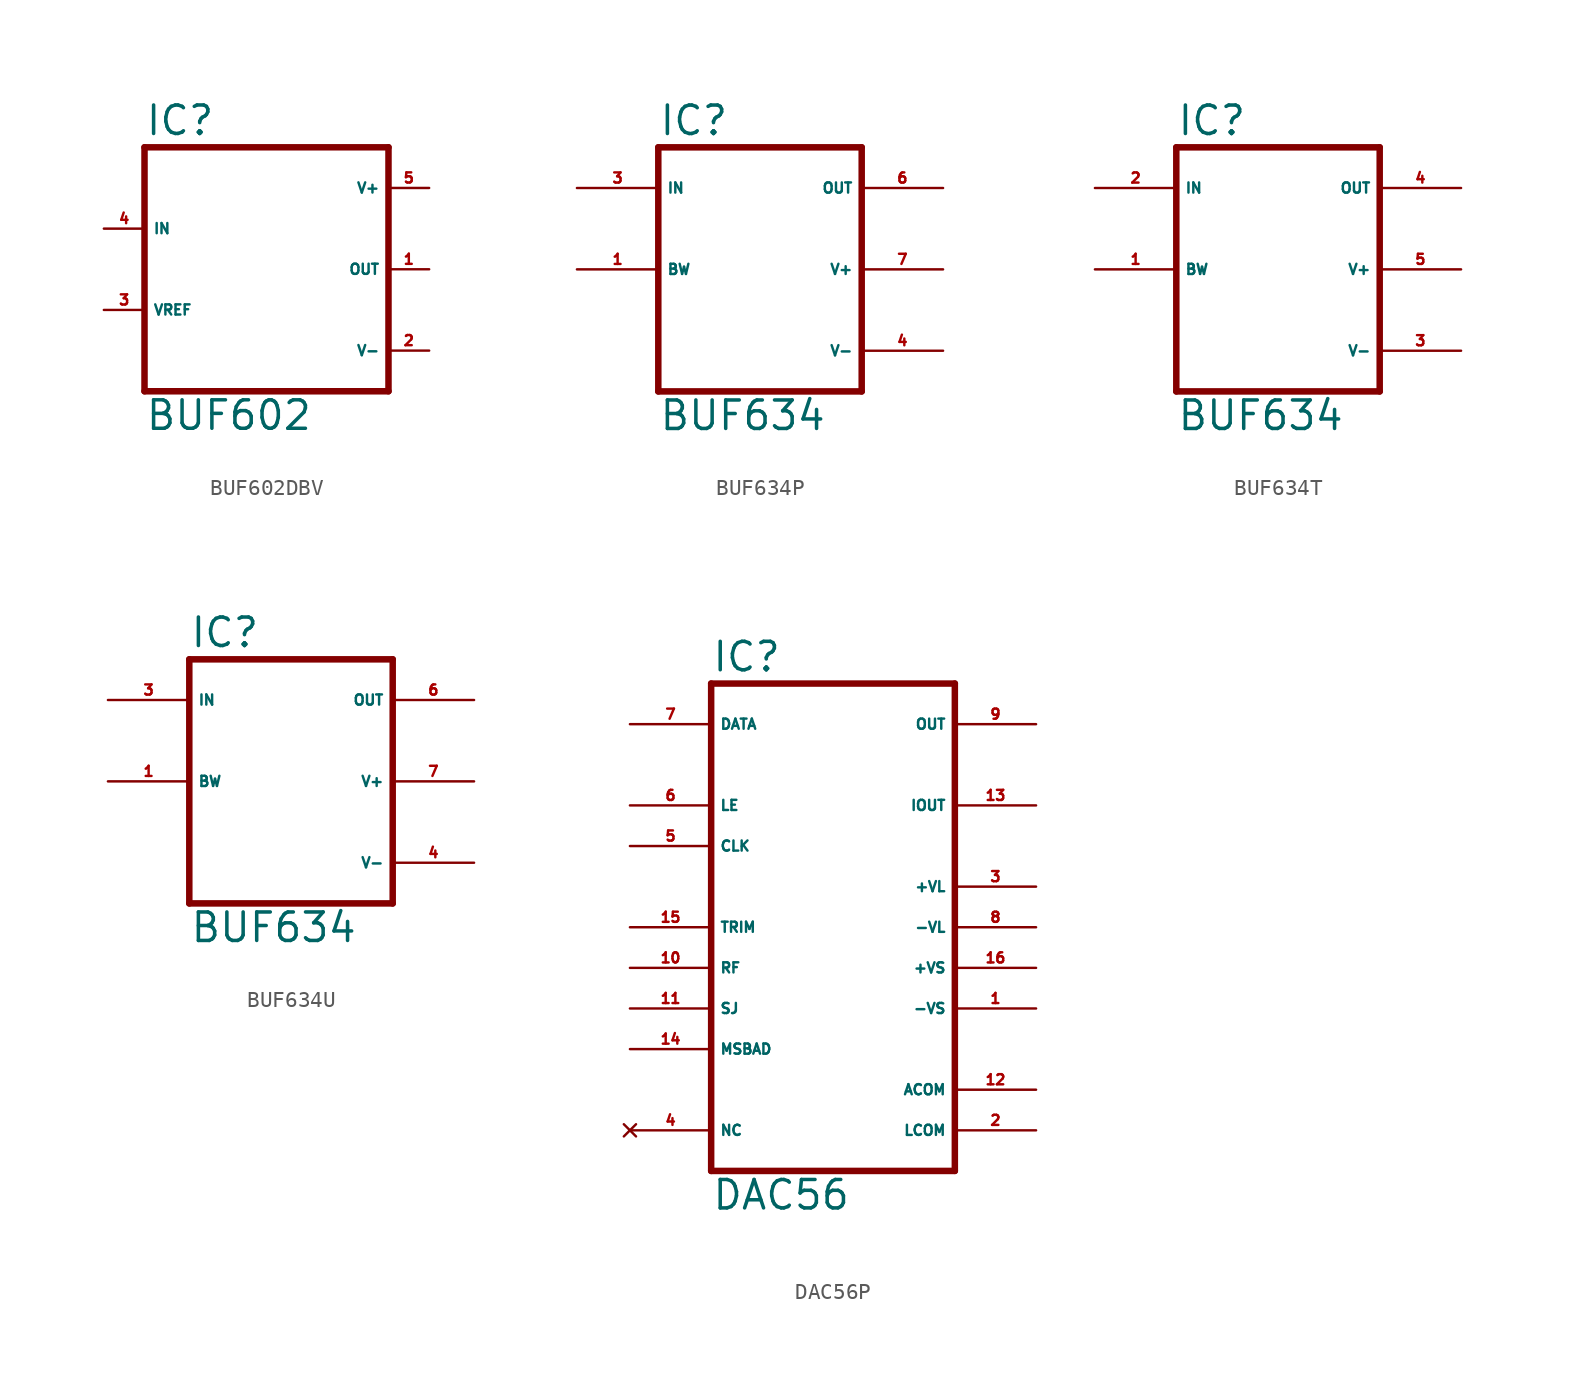
<source format=kicad_sym>
(kicad_symbol_lib
  (version 20220914)
  (generator Eagle2Kicad)
  (symbol "BUF602DBV"
    (property "Reference" "IC"
      (at -7.62 8.255 0)
      (effects (font (size 1.778 1.778) (thickness 0.22)) (justify left bottom)))
    (property "Value" "BUF602"
      (at -7.62 -10.16 0)
      (effects (font (size 1.778 1.778) (thickness 0.22)) (justify left bottom)))
    (polyline
      (pts (xy 7.62 -7.62) (xy -7.62 -7.62))
      (stroke (width 0.406) (type default))
      (fill (type none)))
    (polyline
      (pts (xy -7.62 -7.62) (xy -7.62 7.62))
      (stroke (width 0.406) (type default))
      (fill (type none)))
    (polyline
      (pts (xy -7.62 7.62) (xy 7.62 7.62))
      (stroke (width 0.406) (type default))
      (fill (type none)))
    (polyline
      (pts (xy 7.62 7.62) (xy 7.62 -7.62))
      (stroke (width 0.406) (type default))
      (fill (type none)))
    (pin passive line
      (at -10.16 -2.54 0)
      (length 2.54)
      (name "VREF" (effects (font (size 0.635 0.635) (thickness 0.08)) (justify left bottom)))
      (number "3" (effects (font (size 0.635 0.635) (thickness 0.08)) (justify left bottom))))
    (pin input line
      (at -10.16 2.54 0)
      (length 2.54)
      (name "IN" (effects (font (size 0.635 0.635) (thickness 0.08)) (justify left bottom)))
      (number "4" (effects (font (size 0.635 0.635) (thickness 0.08)) (justify left bottom))))
    (pin output line
      (at 10.16 0 180)
      (length 2.54)
      (name "OUT" (effects (font (size 0.635 0.635) (thickness 0.08)) (justify left bottom)))
      (number "1" (effects (font (size 0.635 0.635) (thickness 0.08)) (justify left bottom))))
    (pin unspecified line
      (at 10.16 5.08 180)
      (length 2.54)
      (name "V+" (effects (font (size 0.635 0.635) (thickness 0.08)) (justify left bottom)))
      (number "5" (effects (font (size 0.635 0.635) (thickness 0.08)) (justify left bottom))))
    (pin unspecified line
      (at 10.16 -5.08 180)
      (length 2.54)
      (name "V-" (effects (font (size 0.635 0.635) (thickness 0.08)) (justify left bottom)))
      (number "2" (effects (font (size 0.635 0.635) (thickness 0.08)) (justify left bottom)))))
  (symbol "BUF634P"
    (property "Reference" "IC"
      (at -5.08 8.255 0)
      (effects (font (size 1.778 1.778) (thickness 0.22)) (justify left bottom)))
    (property "Value" "BUF634"
      (at -5.08 -10.16 0)
      (effects (font (size 1.778 1.778) (thickness 0.22)) (justify left bottom)))
    (polyline
      (pts (xy 7.62 -7.62) (xy -5.08 -7.62))
      (stroke (width 0.406) (type default))
      (fill (type none)))
    (polyline
      (pts (xy -5.08 -7.62) (xy -5.08 7.62))
      (stroke (width 0.406) (type default))
      (fill (type none)))
    (polyline
      (pts (xy -5.08 7.62) (xy 7.62 7.62))
      (stroke (width 0.406) (type default))
      (fill (type none)))
    (polyline
      (pts (xy 7.62 7.62) (xy 7.62 -7.62))
      (stroke (width 0.406) (type default))
      (fill (type none)))
    (pin passive line
      (at -10.16 0 0)
      (length 5.08)
      (name "BW" (effects (font (size 0.635 0.635) (thickness 0.08)) (justify left bottom)))
      (number "1" (effects (font (size 0.635 0.635) (thickness 0.08)) (justify left bottom))))
    (pin input line
      (at -10.16 5.08 0)
      (length 5.08)
      (name "IN" (effects (font (size 0.635 0.635) (thickness 0.08)) (justify left bottom)))
      (number "3" (effects (font (size 0.635 0.635) (thickness 0.08)) (justify left bottom))))
    (pin output line
      (at 12.7 5.08 180)
      (length 5.08)
      (name "OUT" (effects (font (size 0.635 0.635) (thickness 0.08)) (justify left bottom)))
      (number "6" (effects (font (size 0.635 0.635) (thickness 0.08)) (justify left bottom))))
    (pin unspecified line
      (at 12.7 0 180)
      (length 5.08)
      (name "V+" (effects (font (size 0.635 0.635) (thickness 0.08)) (justify left bottom)))
      (number "7" (effects (font (size 0.635 0.635) (thickness 0.08)) (justify left bottom))))
    (pin unspecified line
      (at 12.7 -5.08 180)
      (length 5.08)
      (name "V-" (effects (font (size 0.635 0.635) (thickness 0.08)) (justify left bottom)))
      (number "4" (effects (font (size 0.635 0.635) (thickness 0.08)) (justify left bottom)))))
  (symbol "BUF634T"
    (property "Reference" "IC"
      (at -5.08 8.255 0)
      (effects (font (size 1.778 1.778) (thickness 0.22)) (justify left bottom)))
    (property "Value" "BUF634"
      (at -5.08 -10.16 0)
      (effects (font (size 1.778 1.778) (thickness 0.22)) (justify left bottom)))
    (polyline
      (pts (xy 7.62 -7.62) (xy -5.08 -7.62))
      (stroke (width 0.406) (type default))
      (fill (type none)))
    (polyline
      (pts (xy -5.08 -7.62) (xy -5.08 7.62))
      (stroke (width 0.406) (type default))
      (fill (type none)))
    (polyline
      (pts (xy -5.08 7.62) (xy 7.62 7.62))
      (stroke (width 0.406) (type default))
      (fill (type none)))
    (polyline
      (pts (xy 7.62 7.62) (xy 7.62 -7.62))
      (stroke (width 0.406) (type default))
      (fill (type none)))
    (pin passive line
      (at -10.16 0 0)
      (length 5.08)
      (name "BW" (effects (font (size 0.635 0.635) (thickness 0.08)) (justify left bottom)))
      (number "1" (effects (font (size 0.635 0.635) (thickness 0.08)) (justify left bottom))))
    (pin input line
      (at -10.16 5.08 0)
      (length 5.08)
      (name "IN" (effects (font (size 0.635 0.635) (thickness 0.08)) (justify left bottom)))
      (number "2" (effects (font (size 0.635 0.635) (thickness 0.08)) (justify left bottom))))
    (pin output line
      (at 12.7 5.08 180)
      (length 5.08)
      (name "OUT" (effects (font (size 0.635 0.635) (thickness 0.08)) (justify left bottom)))
      (number "4" (effects (font (size 0.635 0.635) (thickness 0.08)) (justify left bottom))))
    (pin unspecified line
      (at 12.7 0 180)
      (length 5.08)
      (name "V+" (effects (font (size 0.635 0.635) (thickness 0.08)) (justify left bottom)))
      (number "5" (effects (font (size 0.635 0.635) (thickness 0.08)) (justify left bottom))))
    (pin unspecified line
      (at 12.7 -5.08 180)
      (length 5.08)
      (name "V-" (effects (font (size 0.635 0.635) (thickness 0.08)) (justify left bottom)))
      (number "3" (effects (font (size 0.635 0.635) (thickness 0.08)) (justify left bottom)))))
  (symbol "BUF634U"
    (property "Reference" "IC"
      (at -5.08 8.255 0)
      (effects (font (size 1.778 1.778) (thickness 0.22)) (justify left bottom)))
    (property "Value" "BUF634"
      (at -5.08 -10.16 0)
      (effects (font (size 1.778 1.778) (thickness 0.22)) (justify left bottom)))
    (polyline
      (pts (xy 7.62 -7.62) (xy -5.08 -7.62))
      (stroke (width 0.406) (type default))
      (fill (type none)))
    (polyline
      (pts (xy -5.08 -7.62) (xy -5.08 7.62))
      (stroke (width 0.406) (type default))
      (fill (type none)))
    (polyline
      (pts (xy -5.08 7.62) (xy 7.62 7.62))
      (stroke (width 0.406) (type default))
      (fill (type none)))
    (polyline
      (pts (xy 7.62 7.62) (xy 7.62 -7.62))
      (stroke (width 0.406) (type default))
      (fill (type none)))
    (pin passive line
      (at -10.16 0 0)
      (length 5.08)
      (name "BW" (effects (font (size 0.635 0.635) (thickness 0.08)) (justify left bottom)))
      (number "1" (effects (font (size 0.635 0.635) (thickness 0.08)) (justify left bottom))))
    (pin input line
      (at -10.16 5.08 0)
      (length 5.08)
      (name "IN" (effects (font (size 0.635 0.635) (thickness 0.08)) (justify left bottom)))
      (number "3" (effects (font (size 0.635 0.635) (thickness 0.08)) (justify left bottom))))
    (pin output line
      (at 12.7 5.08 180)
      (length 5.08)
      (name "OUT" (effects (font (size 0.635 0.635) (thickness 0.08)) (justify left bottom)))
      (number "6" (effects (font (size 0.635 0.635) (thickness 0.08)) (justify left bottom))))
    (pin unspecified line
      (at 12.7 0 180)
      (length 5.08)
      (name "V+" (effects (font (size 0.635 0.635) (thickness 0.08)) (justify left bottom)))
      (number "7" (effects (font (size 0.635 0.635) (thickness 0.08)) (justify left bottom))))
    (pin unspecified line
      (at 12.7 -5.08 180)
      (length 5.08)
      (name "V-" (effects (font (size 0.635 0.635) (thickness 0.08)) (justify left bottom)))
      (number "4" (effects (font (size 0.635 0.635) (thickness 0.08)) (justify left bottom)))))
  (symbol "DAC56P"
    (property "Reference" "IC"
      (at -7.62 15.875 0)
      (effects (font (size 1.778 1.778) (thickness 0.22)) (justify left bottom)))
    (property "Value" "DAC56"
      (at -7.62 -17.78 0)
      (effects (font (size 1.778 1.778) (thickness 0.22)) (justify left bottom)))
    (polyline
      (pts (xy -7.62 -15.24) (xy 7.62 -15.24))
      (stroke (width 0.406) (type default))
      (fill (type none)))
    (polyline
      (pts (xy 7.62 -15.24) (xy 7.62 15.24))
      (stroke (width 0.406) (type default))
      (fill (type none)))
    (polyline
      (pts (xy 7.62 15.24) (xy -7.62 15.24))
      (stroke (width 0.406) (type default))
      (fill (type none)))
    (polyline
      (pts (xy -7.62 15.24) (xy -7.62 -15.24))
      (stroke (width 0.406) (type default))
      (fill (type none)))
    (pin input line
      (at -12.7 12.7 0)
      (length 5.08)
      (name "DATA" (effects (font (size 0.635 0.635) (thickness 0.08)) (justify left bottom)))
      (number "7" (effects (font (size 0.635 0.635) (thickness 0.08)) (justify left bottom))))
    (pin input line
      (at -12.7 7.62 0)
      (length 5.08)
      (name "LE" (effects (font (size 0.635 0.635) (thickness 0.08)) (justify left bottom)))
      (number "6" (effects (font (size 0.635 0.635) (thickness 0.08)) (justify left bottom))))
    (pin input line
      (at -12.7 5.08 0)
      (length 5.08)
      (name "CLK" (effects (font (size 0.635 0.635) (thickness 0.08)) (justify left bottom)))
      (number "5" (effects (font (size 0.635 0.635) (thickness 0.08)) (justify left bottom))))
    (pin output line
      (at 12.7 12.7 180)
      (length 5.08)
      (name "OUT" (effects (font (size 0.635 0.635) (thickness 0.08)) (justify left bottom)))
      (number "9" (effects (font (size 0.635 0.635) (thickness 0.08)) (justify left bottom))))
    (pin output line
      (at 12.7 7.62 180)
      (length 5.08)
      (name "IOUT" (effects (font (size 0.635 0.635) (thickness 0.08)) (justify left bottom)))
      (number "13" (effects (font (size 0.635 0.635) (thickness 0.08)) (justify left bottom))))
    (pin unspecified line
      (at 12.7 -12.7 180)
      (length 5.08)
      (name "LCOM" (effects (font (size 0.635 0.635) (thickness 0.08)) (justify left bottom)))
      (number "2" (effects (font (size 0.635 0.635) (thickness 0.08)) (justify left bottom))))
    (pin unspecified line
      (at 12.7 -10.16 180)
      (length 5.08)
      (name "ACOM" (effects (font (size 0.635 0.635) (thickness 0.08)) (justify left bottom)))
      (number "12" (effects (font (size 0.635 0.635) (thickness 0.08)) (justify left bottom))))
    (pin unspecified line
      (at 12.7 -5.08 180)
      (length 5.08)
      (name "-VS" (effects (font (size 0.635 0.635) (thickness 0.08)) (justify left bottom)))
      (number "1" (effects (font (size 0.635 0.635) (thickness 0.08)) (justify left bottom))))
    (pin unspecified line
      (at 12.7 -2.54 180)
      (length 5.08)
      (name "+VS" (effects (font (size 0.635 0.635) (thickness 0.08)) (justify left bottom)))
      (number "16" (effects (font (size 0.635 0.635) (thickness 0.08)) (justify left bottom))))
    (pin unspecified line
      (at 12.7 0 180)
      (length 5.08)
      (name "-VL" (effects (font (size 0.635 0.635) (thickness 0.08)) (justify left bottom)))
      (number "8" (effects (font (size 0.635 0.635) (thickness 0.08)) (justify left bottom))))
    (pin unspecified line
      (at 12.7 2.54 180)
      (length 5.08)
      (name "+VL" (effects (font (size 0.635 0.635) (thickness 0.08)) (justify left bottom)))
      (number "3" (effects (font (size 0.635 0.635) (thickness 0.08)) (justify left bottom))))
    (pin no_connect line
      (at -12.7 -12.7 0)
      (length 5.08)
      (name "NC" (effects (font (size 0.635 0.635) (thickness 0.08)) (justify left bottom) hide))
      (number "4" (effects (font (size 0.635 0.635) (thickness 0.08)) (justify left bottom) hide)))
    (pin passive line
      (at -12.7 0 0)
      (length 5.08)
      (name "TRIM" (effects (font (size 0.635 0.635) (thickness 0.08)) (justify left bottom)))
      (number "15" (effects (font (size 0.635 0.635) (thickness 0.08)) (justify left bottom))))
    (pin passive line
      (at -12.7 -2.54 0)
      (length 5.08)
      (name "RF" (effects (font (size 0.635 0.635) (thickness 0.08)) (justify left bottom)))
      (number "10" (effects (font (size 0.635 0.635) (thickness 0.08)) (justify left bottom))))
    (pin passive line
      (at -12.7 -5.08 0)
      (length 5.08)
      (name "SJ" (effects (font (size 0.635 0.635) (thickness 0.08)) (justify left bottom)))
      (number "11" (effects (font (size 0.635 0.635) (thickness 0.08)) (justify left bottom))))
    (pin passive line
      (at -12.7 -7.62 0)
      (length 5.08)
      (name "MSBAD" (effects (font (size 0.635 0.635) (thickness 0.08)) (justify left bottom)))
      (number "14" (effects (font (size 0.635 0.635) (thickness 0.08)) (justify left bottom))))))
</source>
